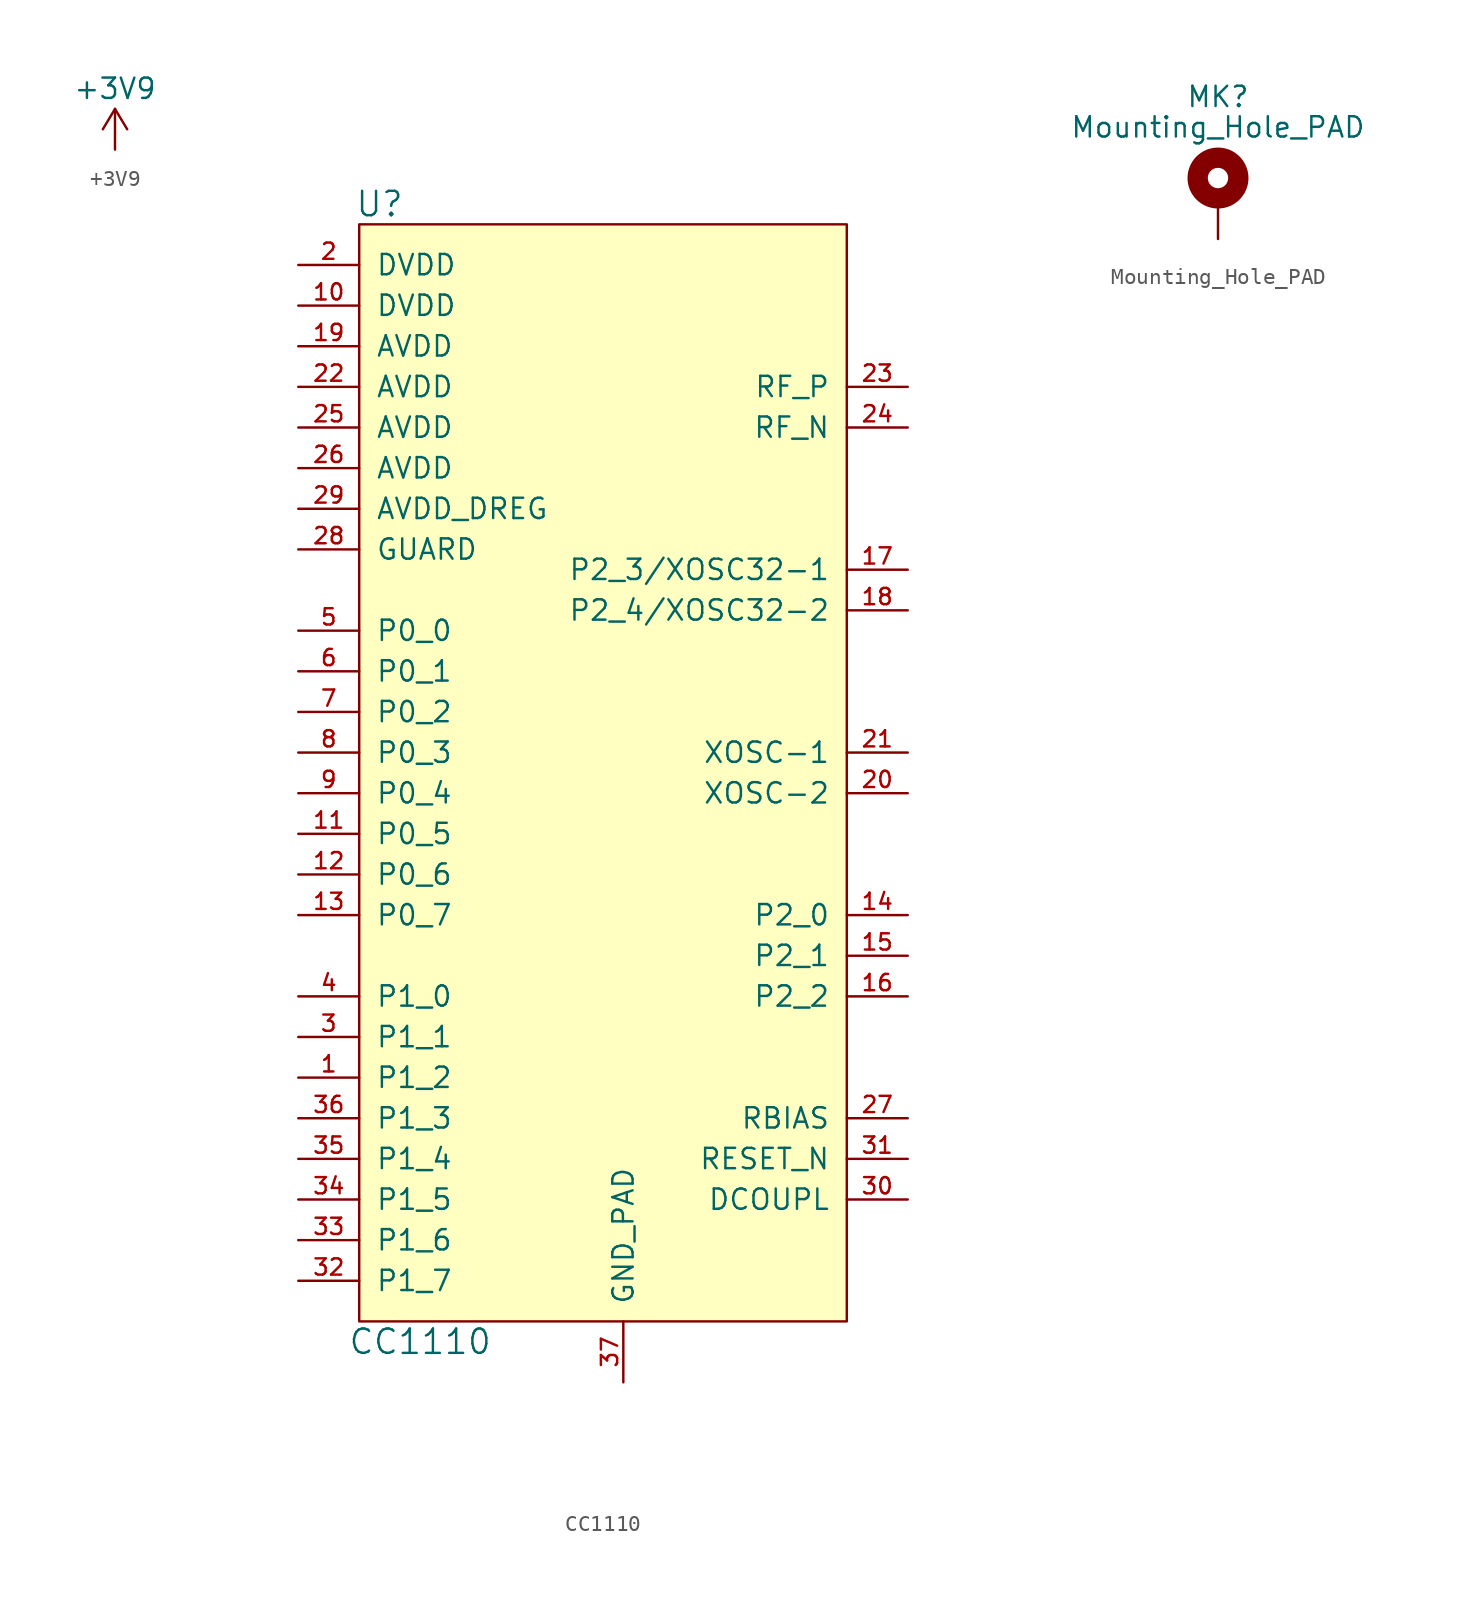
<source format=kicad_sym>
(kicad_symbol_lib
  (version 20220914)
  (generator kicad_symbol_editor)
  (symbol "+3V9"
    (power)
    (property "Reference" "#PWR"
      (at 0 -6.35 0)
      (effects (font (size 1.27 1.27)) hide))
    (property "Value" "+3V9"
      (at 0 0 0)
      (effects (font (size 1.27 1.27))))
    (symbol "+3V9_0_1"
      (polyline (pts (xy -0.762 -2.54) (xy 0 -1.27)) (stroke (width 0) (type solid)) (fill (type none)))
      (polyline (pts (xy 0 -3.81) (xy 0 -1.27)) (stroke (width 0) (type solid)) (fill (type none)))
      (polyline (pts (xy 0 -1.27) (xy 0.762 -2.54)) (stroke (width 0) (type solid)) (fill (type none))))
    (symbol "+3V9_1_1"
      (pin power_in line (at 0 -3.81 90) (length 0) hide (name "+3V9" (effects (font (size 1.27 1.27)))) (number "1" (effects (font (size 1.27 1.27)))))))
  (symbol "CC1110"
    (pin_names
      (offset 1.016))
    (property "Reference" "U"
      (at -15.24 36.83 0)
      (effects (font (size 1.524 1.524))))
    (property "Value" "CC1110"
      (at -12.7 -34.29 0)
      (effects (font (size 1.524 1.524))))
    (symbol "CC1110_0_1"
      (rectangle (start -16.51 35.56) (end 13.97 -33.02) (stroke (width 0) (type solid)) (fill (type background))))
    (symbol "CC1110_1_1"
      (pin bidirectional line (at -20.32 -17.78 0) (length 3.81) (name "P1_2" (effects (font (size 1.27 1.27)))) (number "1" (effects (font (size 1.016 1.016)))))
      (pin power_in line (at -20.32 30.48 0) (length 3.81) (name "DVDD" (effects (font (size 1.27 1.27)))) (number "10" (effects (font (size 1.016 1.016)))))
      (pin bidirectional line (at -20.32 -2.54 0) (length 3.81) (name "P0_5" (effects (font (size 1.27 1.27)))) (number "11" (effects (font (size 1.016 1.016)))))
      (pin bidirectional line (at -20.32 -5.08 0) (length 3.81) (name "P0_6" (effects (font (size 1.27 1.27)))) (number "12" (effects (font (size 1.016 1.016)))))
      (pin bidirectional line (at -20.32 -7.62 0) (length 3.81) (name "P0_7" (effects (font (size 1.27 1.27)))) (number "13" (effects (font (size 1.016 1.016)))))
      (pin bidirectional line (at 17.78 -7.62 180) (length 3.81) (name "P2_0" (effects (font (size 1.27 1.27)))) (number "14" (effects (font (size 1.016 1.016)))))
      (pin bidirectional line (at 17.78 -10.16 180) (length 3.81) (name "P2_1" (effects (font (size 1.27 1.27)))) (number "15" (effects (font (size 1.016 1.016)))))
      (pin bidirectional line (at 17.78 -12.7 180) (length 3.81) (name "P2_2" (effects (font (size 1.27 1.27)))) (number "16" (effects (font (size 1.016 1.016)))))
      (pin bidirectional line (at 17.78 13.97 180) (length 3.81) (name "P2_3/XOSC32-1" (effects (font (size 1.27 1.27)))) (number "17" (effects (font (size 1.016 1.016)))))
      (pin bidirectional line (at 17.78 11.43 180) (length 3.81) (name "P2_4/XOSC32-2" (effects (font (size 1.27 1.27)))) (number "18" (effects (font (size 1.016 1.016)))))
      (pin power_in line (at -20.32 27.94 0) (length 3.81) (name "AVDD" (effects (font (size 1.27 1.27)))) (number "19" (effects (font (size 1.016 1.016)))))
      (pin power_in line (at -20.32 33.02 0) (length 3.81) (name "DVDD" (effects (font (size 1.27 1.27)))) (number "2" (effects (font (size 1.016 1.016)))))
      (pin bidirectional line (at 17.78 0 180) (length 3.81) (name "XOSC-2" (effects (font (size 1.27 1.27)))) (number "20" (effects (font (size 1.016 1.016)))))
      (pin bidirectional line (at 17.78 2.54 180) (length 3.81) (name "XOSC-1" (effects (font (size 1.27 1.27)))) (number "21" (effects (font (size 1.016 1.016)))))
      (pin power_in line (at -20.32 25.4 0) (length 3.81) (name "AVDD" (effects (font (size 1.27 1.27)))) (number "22" (effects (font (size 1.016 1.016)))))
      (pin bidirectional line (at 17.78 25.4 180) (length 3.81) (name "RF_P" (effects (font (size 1.27 1.27)))) (number "23" (effects (font (size 1.016 1.016)))))
      (pin bidirectional line (at 17.78 22.86 180) (length 3.81) (name "RF_N" (effects (font (size 1.27 1.27)))) (number "24" (effects (font (size 1.016 1.016)))))
      (pin power_in line (at -20.32 22.86 0) (length 3.81) (name "AVDD" (effects (font (size 1.27 1.27)))) (number "25" (effects (font (size 1.016 1.016)))))
      (pin power_in line (at -20.32 20.32 0) (length 3.81) (name "AVDD" (effects (font (size 1.27 1.27)))) (number "26" (effects (font (size 1.016 1.016)))))
      (pin bidirectional line (at 17.78 -20.32 180) (length 3.81) (name "RBIAS" (effects (font (size 1.27 1.27)))) (number "27" (effects (font (size 1.016 1.016)))))
      (pin power_in line (at -20.32 15.24 0) (length 3.81) (name "GUARD" (effects (font (size 1.27 1.27)))) (number "28" (effects (font (size 1.016 1.016)))))
      (pin power_in line (at -20.32 17.78 0) (length 3.81) (name "AVDD_DREG" (effects (font (size 1.27 1.27)))) (number "29" (effects (font (size 1.016 1.016)))))
      (pin bidirectional line (at -20.32 -15.24 0) (length 3.81) (name "P1_1" (effects (font (size 1.27 1.27)))) (number "3" (effects (font (size 1.016 1.016)))))
      (pin passive line (at 17.78 -25.4 180) (length 3.81) (name "DCOUPL" (effects (font (size 1.27 1.27)))) (number "30" (effects (font (size 1.016 1.016)))))
      (pin bidirectional line (at 17.78 -22.86 180) (length 3.81) (name "RESET_N" (effects (font (size 1.27 1.27)))) (number "31" (effects (font (size 1.016 1.016)))))
      (pin bidirectional line (at -20.32 -30.48 0) (length 3.81) (name "P1_7" (effects (font (size 1.27 1.27)))) (number "32" (effects (font (size 1.016 1.016)))))
      (pin bidirectional line (at -20.32 -27.94 0) (length 3.81) (name "P1_6" (effects (font (size 1.27 1.27)))) (number "33" (effects (font (size 1.016 1.016)))))
      (pin bidirectional line (at -20.32 -25.4 0) (length 3.81) (name "P1_5" (effects (font (size 1.27 1.27)))) (number "34" (effects (font (size 1.016 1.016)))))
      (pin bidirectional line (at -20.32 -22.86 0) (length 3.81) (name "P1_4" (effects (font (size 1.27 1.27)))) (number "35" (effects (font (size 1.016 1.016)))))
      (pin bidirectional line (at -20.32 -20.32 0) (length 3.81) (name "P1_3" (effects (font (size 1.27 1.27)))) (number "36" (effects (font (size 1.016 1.016)))))
      (pin passive line (at 0 -36.83 90) (length 3.81) (name "GND_PAD" (effects (font (size 1.27 1.27)))) (number "37" (effects (font (size 1.016 1.016)))))
      (pin bidirectional line (at -20.32 -12.7 0) (length 3.81) (name "P1_0" (effects (font (size 1.27 1.27)))) (number "4" (effects (font (size 1.016 1.016)))))
      (pin bidirectional line (at -20.32 10.16 0) (length 3.81) (name "P0_0" (effects (font (size 1.27 1.27)))) (number "5" (effects (font (size 1.016 1.016)))))
      (pin bidirectional line (at -20.32 7.62 0) (length 3.81) (name "P0_1" (effects (font (size 1.27 1.27)))) (number "6" (effects (font (size 1.016 1.016)))))
      (pin bidirectional line (at -20.32 5.08 0) (length 3.81) (name "P0_2" (effects (font (size 1.27 1.27)))) (number "7" (effects (font (size 1.016 1.016)))))
      (pin bidirectional line (at -20.32 2.54 0) (length 3.81) (name "P0_3" (effects (font (size 1.27 1.27)))) (number "8" (effects (font (size 1.016 1.016)))))
      (pin bidirectional line (at -20.32 0 0) (length 3.81) (name "P0_4" (effects (font (size 1.27 1.27)))) (number "9" (effects (font (size 1.016 1.016)))))))
  (symbol "Mounting_Hole_PAD"
    (pin_numbers hide)
    (pin_names
      (offset 1.016) hide)
    (property "Reference" "MK"
      (at 0 6.35 0)
      (effects (font (size 1.27 1.27))))
    (property "Value" "Mounting_Hole_PAD"
      (at 0 4.445 0)
      (effects (font (size 1.27 1.27))))
    (symbol "Mounting_Hole_PAD_0_1"
      (circle (center 0 1.27) (radius 1.27) (stroke (width 1.27) (type solid)) (fill (type none))))
    (symbol "Mounting_Hole_PAD_1_1"
      (pin input line (at 0 -2.54 90) (length 2.54) (name "1" (effects (font (size 1.27 1.27)))) (number "1" (effects (font (size 1.27 1.27))))))))
</source>
